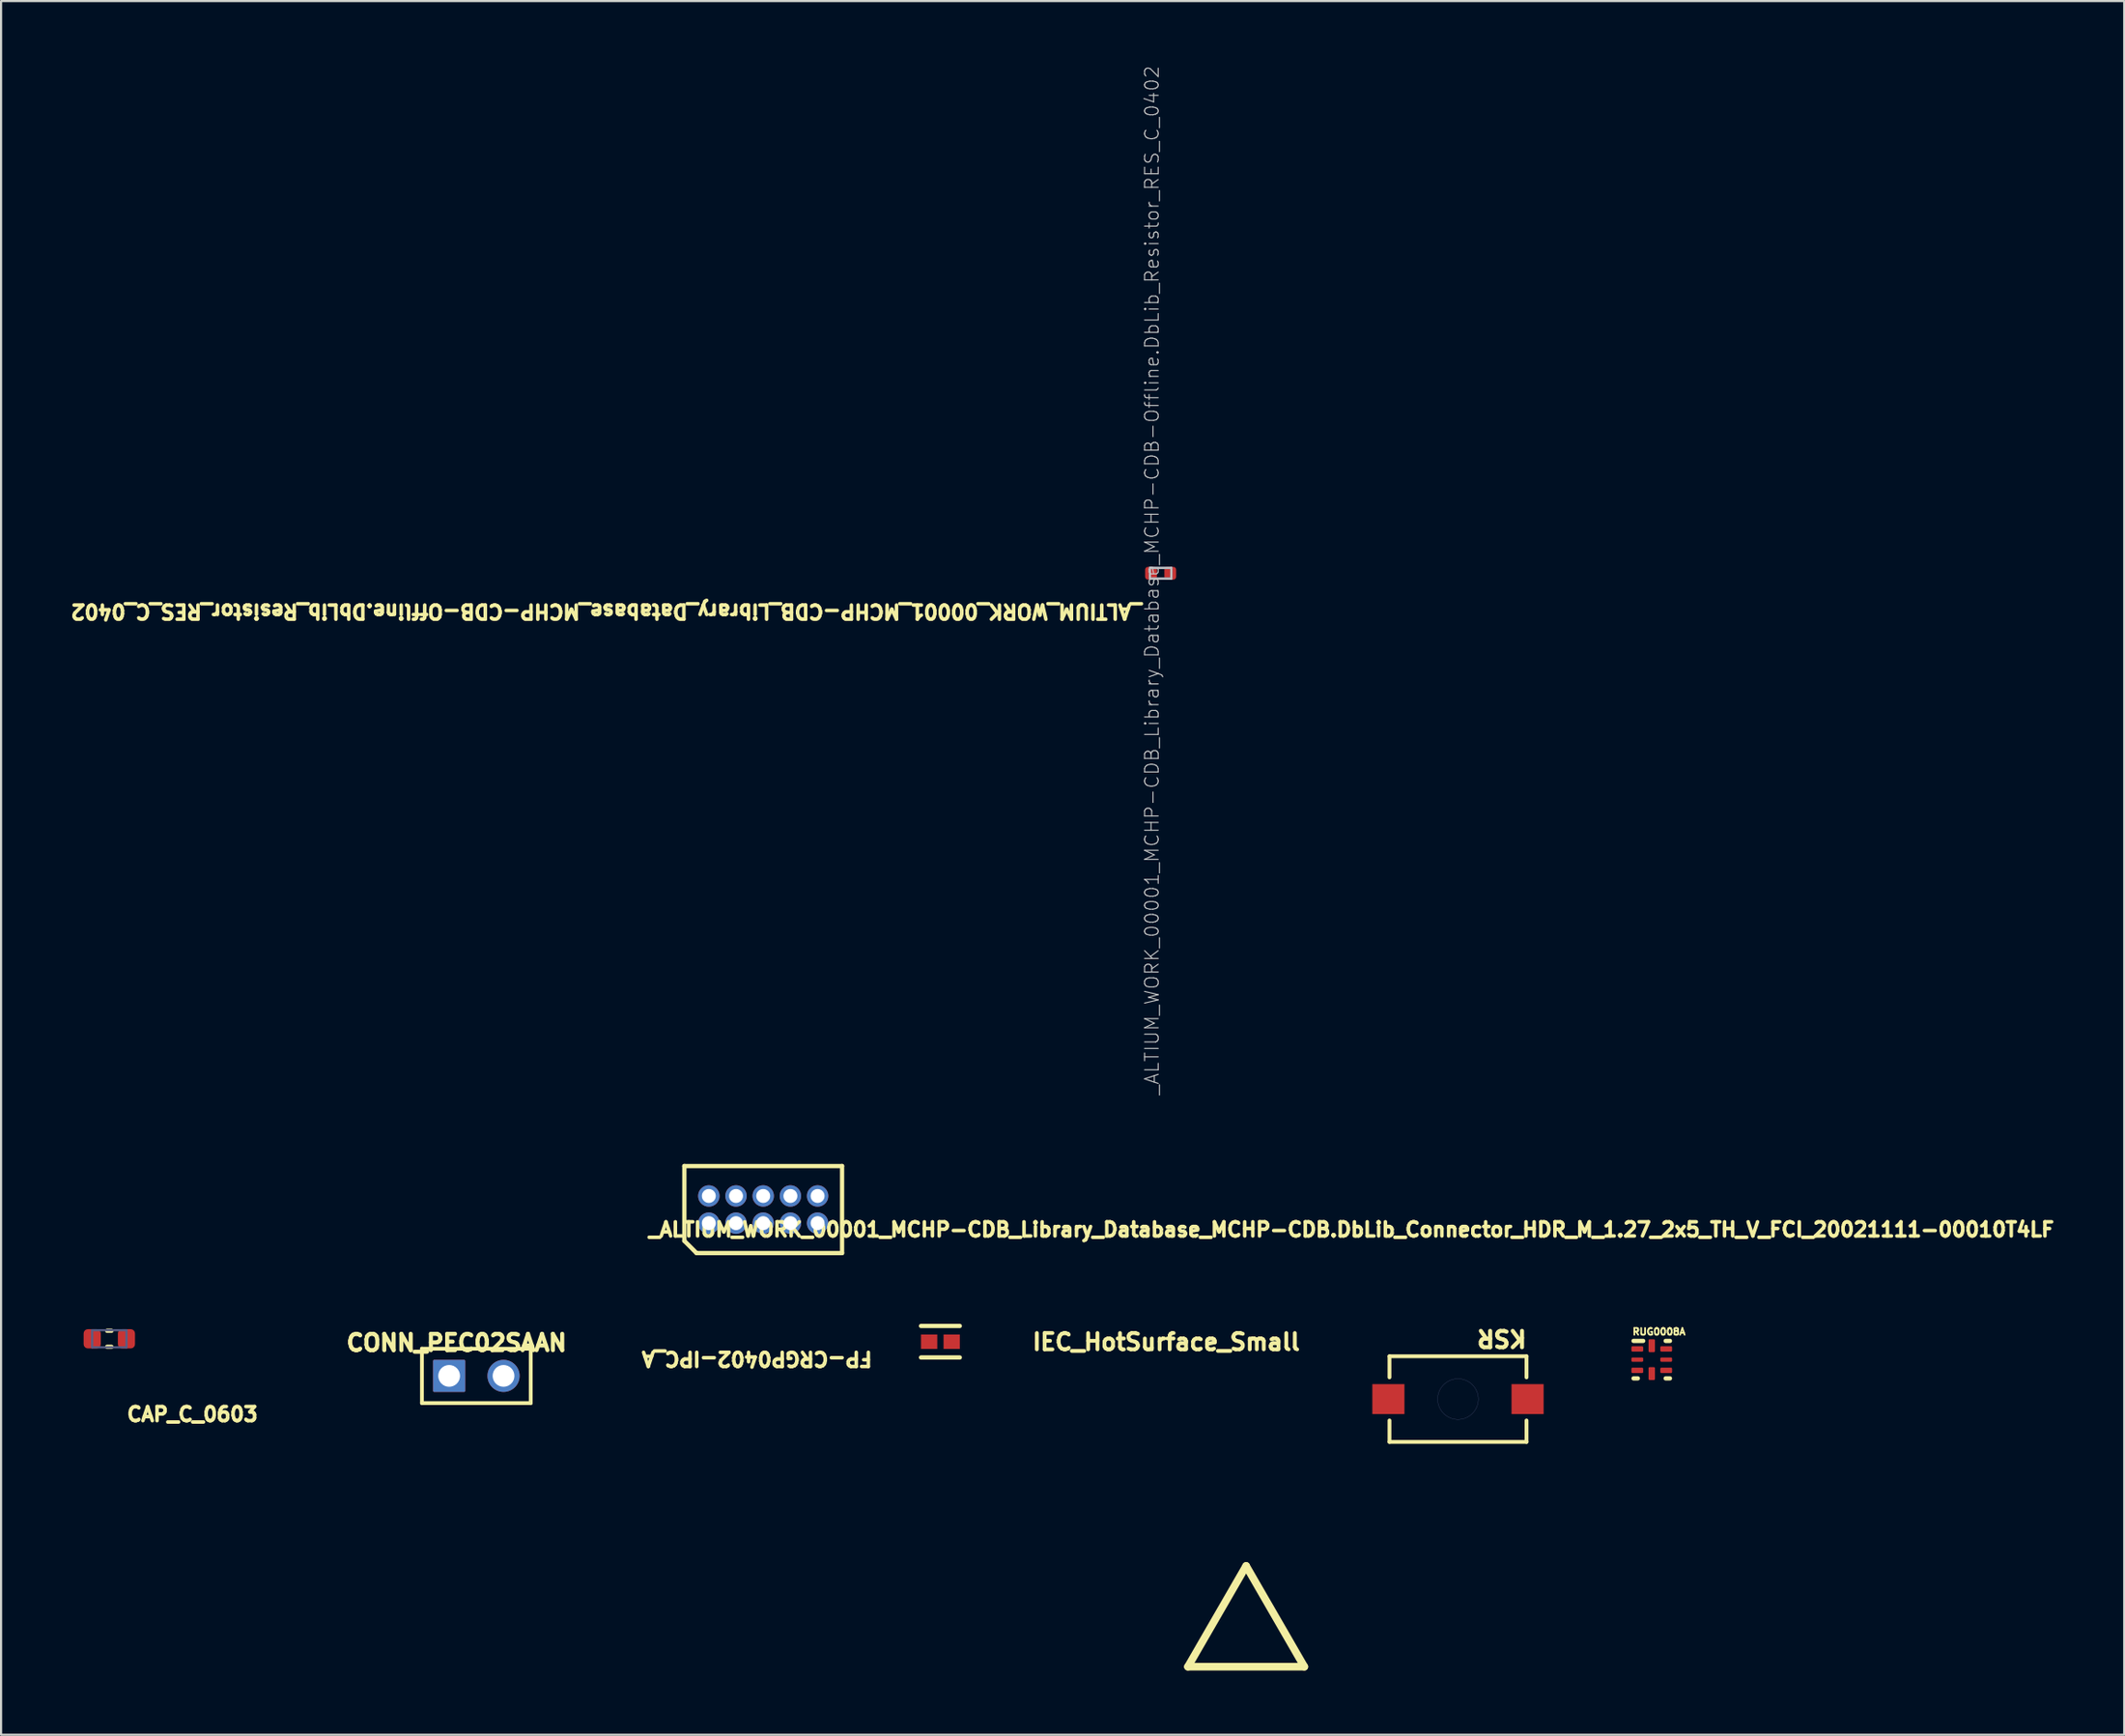
<source format=kicad_pcb>
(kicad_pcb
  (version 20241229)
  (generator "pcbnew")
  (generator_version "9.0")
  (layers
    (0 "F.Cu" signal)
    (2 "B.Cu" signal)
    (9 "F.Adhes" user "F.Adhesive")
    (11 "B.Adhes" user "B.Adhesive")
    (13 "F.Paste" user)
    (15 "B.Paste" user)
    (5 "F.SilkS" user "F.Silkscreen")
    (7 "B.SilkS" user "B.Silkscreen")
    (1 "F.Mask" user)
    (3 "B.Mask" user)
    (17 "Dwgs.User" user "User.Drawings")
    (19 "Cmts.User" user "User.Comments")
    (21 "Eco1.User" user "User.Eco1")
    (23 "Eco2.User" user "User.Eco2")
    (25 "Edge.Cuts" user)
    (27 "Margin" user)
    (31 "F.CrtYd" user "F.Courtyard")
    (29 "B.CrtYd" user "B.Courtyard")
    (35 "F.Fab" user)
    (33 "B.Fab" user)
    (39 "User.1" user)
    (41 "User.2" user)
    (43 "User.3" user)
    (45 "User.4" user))
  (footprint "CAP_C_0603"
    (layer "F.Cu")
    (at 2.055 59.474)
    (property "Reference" "CAP_C_0603" (at 0.737 3.912 0) (unlocked yes) (layer "F.SilkS") (effects (font (size 0.66 0.66) (thickness 0.254) (bold yes)) (justify left bottom)))
    (fp_line (start 0.1 -0.375) (end -0.1 -0.375) (stroke (width 0.2) (type solid)) (layer "F.SilkS"))
    (fp_line (start 0.1 0.375) (end -0.1 0.375) (stroke (width 0.2) (type solid)) (layer "F.SilkS"))
    (fp_line (start -1.4 -0.65) (end -1.4 0.65) (stroke (width 0.1) (type solid)) (layer "Eco1.User"))
    (fp_line (start -0.2 -0.21) (end -0.2 0.19) (stroke (width 0.1) (type solid)) (layer "Eco1.User"))
    (fp_line (start -0.1 -0.31) (end -0.2 -0.21) (stroke (width 0.1) (type solid)) (layer "Eco1.User"))
    (fp_line (start -0.1 0.29) (end -0.2 0.19) (stroke (width 0.1) (type solid)) (layer "Eco1.User"))
    (fp_line (start 0.1 -0.31) (end -0.1 -0.31) (stroke (width 0.1) (type solid)) (layer "Eco1.User"))
    (fp_line (start 0.1 0.29) (end -0.1 0.29) (stroke (width 0.1) (type solid)) (layer "Eco1.User"))
    (fp_line (start 0.2 -0.21) (end 0.1 -0.31) (stroke (width 0.1) (type solid)) (layer "Eco1.User"))
    (fp_line (start 0.2 0.19) (end 0.1 0.29) (stroke (width 0.1) (type solid)) (layer "Eco1.User"))
    (fp_line (start 1.4 -0.65) (end -1.4 -0.65) (stroke (width 0.1) (type solid)) (layer "Eco1.User"))
    (fp_line (start 1.4 -0.65) (end 1.4 0.65) (stroke (width 0.1) (type solid)) (layer "Eco1.User"))
    (fp_line (start 1.4 0.65) (end -1.4 0.65) (stroke (width 0.1) (type solid)) (layer "Eco1.User"))
    (fp_line (start -0.8 -0.4) (end -0.8 0.4) (stroke (width 0.1) (type solid)) (layer "Eco2.User"))
    (fp_line (start 0.8 -0.4) (end -0.8 -0.4) (stroke (width 0.1) (type solid)) (layer "Eco2.User"))
    (fp_line (start 0.8 -0.4) (end 0.8 0.4) (stroke (width 0.1) (type solid)) (layer "Eco2.User"))
    (fp_line (start 0.8 0.4) (end -0.8 0.4) (stroke (width 0.1) (type solid)) (layer "Eco2.User"))
    (fp_line (start -0.8 -0.4) (end -0.8 0.4) (stroke (width 0.1) (type solid)) (layer "B.Fab"))
    (fp_line (start 0.8 -0.4) (end -0.8 -0.4) (stroke (width 0.1) (type solid)) (layer "B.Fab"))
    (fp_line (start 0.8 -0.4) (end 0.8 0.4) (stroke (width 0.1) (type solid)) (layer "B.Fab"))
    (fp_line (start 0.8 0.4) (end -0.8 0.4) (stroke (width 0.1) (type solid)) (layer "B.Fab"))
    (fp_text user "${REFERENCE}" (at 0.889 0.406 0) (unlocked yes) (layer "Eco2.User") (effects (font (size 0.635 0.635) (thickness 0.06) (bold yes))))
    (pad "1" smd roundrect (at -0.8 0 90) (size 0.9 0.8) (layers "F.Cu" "F.Mask" "F.Paste") (roundrect_rratio 0.25))
    (pad "2" smd roundrect (at 0.8 0 90) (size 0.9 0.8) (layers "F.Cu" "F.Mask" "F.Paste") (roundrect_rratio 0.25)))
  (footprint "IEC_HotSurface_Small"
    (layer "F.Cu")
    (at 55.144 72.426)
    (property "Reference" "IEC_HotSurface_Small" (at -10.071 -12.357 0) (unlocked yes) (layer "F.SilkS") (effects (font (size 0.762 0.762) (thickness 0.178) (bold yes)) (justify left bottom)))
    (fp_line (start -2.718 2.362) (end 0 -2.345) (stroke (width 0.356) (type solid)) (layer "F.SilkS"))
    (fp_line (start -2.718 2.362) (end 2.718 2.362) (stroke (width 0.356) (type solid)) (layer "F.SilkS"))
    (fp_line (start 0 -2.345) (end 2.718 2.362) (stroke (width 0.356) (type solid)) (layer "F.SilkS")))
  (footprint "RUG0008A"
    (layer "F.Cu")
    (at 74.087 60.447)
    (property "Reference" "RUG0008A" (at -0.94 -1.118 0) (unlocked yes) (layer "F.SilkS") (effects (font (size 0.318 0.318) (thickness 0.178)) (justify left bottom)))
    (fp_line (start -0.85 -0.875) (end -0.4 -0.875) (stroke (width 0.2) (type solid)) (layer "F.SilkS"))
    (fp_line (start -0.85 0.875) (end -0.65 0.875) (stroke (width 0.2) (type solid)) (layer "F.SilkS"))
    (fp_line (start 0.65 -0.875) (end 0.85 -0.875) (stroke (width 0.2) (type solid)) (layer "F.SilkS"))
    (fp_line (start 0.65 0.875) (end 0.85 0.875) (stroke (width 0.2) (type solid)) (layer "F.SilkS"))
    (fp_line (start -0.775 -0.775) (end -0.775 0.775) (stroke (width 0.1) (type solid)) (layer "User.5"))
    (fp_line (start -0.775 -0.775) (end 0.775 -0.775) (stroke (width 0.1) (type solid)) (layer "User.5"))
    (fp_line (start -0.775 0.775) (end 0.775 0.775) (stroke (width 0.1) (type solid)) (layer "User.5"))
    (fp_line (start 0.775 -0.775) (end 0.775 0.775) (stroke (width 0.1) (type solid)) (layer "User.5"))
    (fp_circle (center -0.525 -0.475) (end -0.375 -0.475) (stroke (width 0.05) (type solid)) (fill no) (layer "User.5"))
    (fp_text user "${REFERENCE}" (at -0.635 0.254 0) (unlocked yes) (layer "User.5") (effects (font (size 0.356 0.356) (thickness 0.051))))
    (pad "1" smd roundrect (at -0.675 -0.5 270) (size 0.25 0.55) (layers "F.Cu" "F.Mask" "F.Paste") (roundrect_rratio 0.2))
    (pad "2" smd roundrect (at -0.675 0.000081 270) (size 0.2 0.55) (layers "F.Cu" "F.Mask" "F.Paste") (roundrect_rratio 0.25))
    (pad "3" smd roundrect (at -0.675 0.5 270) (size 0.25 0.55) (layers "F.Cu" "F.Mask" "F.Paste") (roundrect_rratio 0.2))
    (pad "4" smd roundrect (at 0 0.65 180) (size 0.3 0.6) (layers "F.Cu" "F.Mask" "F.Paste") (roundrect_rratio 0.165))
    (pad "5" smd roundrect (at 0.675 0.5 270) (size 0.25 0.55) (layers "F.Cu" "F.Mask" "F.Paste") (roundrect_rratio 0.2))
    (pad "6" smd roundrect (at 0.675 0.000081 270) (size 0.2 0.55) (layers "F.Cu" "F.Mask" "F.Paste") (roundrect_rratio 0.25))
    (pad "7" smd roundrect (at 0.675 -0.5 270) (size 0.25 0.55) (layers "F.Cu" "F.Mask" "F.Paste") (roundrect_rratio 0.2))
    (pad "8" smd roundrect (at 0 -0.65 180) (size 0.3 0.6) (layers "F.Cu" "F.Mask" "F.Paste") (roundrect_rratio 0.165)))
  (footprint "_ALTIUM_WORK_00001_MCHP-CDB_Library_Database_MCHP-CDB.DbLib_Connector_HDR_M_1.27_2x5_TH_V_FCI_20021111-00010T4LF"
    (layer "F.Cu")
    (at 32.592 53.438)
    (property "Reference" "_ALTIUM_WORK_00001_MCHP-CDB_Library_Database_MCHP-CDB.DbLib_Connector_HDR_M_1.27_2x5_TH_V_FCI_20021111-00010T4LF" (at -5.436 1.321 0) (unlocked yes) (layer "F.SilkS") (effects (font (size 0.66 0.66) (thickness 0.254) (bold yes)) (justify left bottom)))
    (fp_line (start -3.683 -2.032) (end -3.683 1.462) (stroke (width 0.2) (type solid)) (layer "F.SilkS"))
    (fp_line (start -3.683 -2.032) (end 3.683 -2.032) (stroke (width 0.2) (type solid)) (layer "F.SilkS"))
    (fp_line (start -3.683 1.462) (end -3.113 2.032) (stroke (width 0.2) (type solid)) (layer "F.SilkS"))
    (fp_line (start -3.113 2.032) (end 3.683 2.032) (stroke (width 0.2) (type solid)) (layer "F.SilkS"))
    (fp_line (start 3.683 -2.032) (end 3.683 2.032) (stroke (width 0.2) (type solid)) (layer "F.SilkS"))
    (fp_line (start -3.937 -2.286) (end -3.937 2.286) (stroke (width 0.1) (type solid)) (layer "Eco1.User"))
    (fp_line (start -3.937 -2.286) (end 3.937 -2.286) (stroke (width 0.1) (type solid)) (layer "Eco1.User"))
    (fp_line (start -3.937 2.286) (end 3.937 2.286) (stroke (width 0.1) (type solid)) (layer "Eco1.User"))
    (fp_line (start -0.635 0) (end 0.635 0) (stroke (width 0.1) (type solid)) (layer "Eco1.User"))
    (fp_line (start 0 -0.635) (end 0 0.635) (stroke (width 0.1) (type solid)) (layer "Eco1.User"))
    (fp_line (start 3.937 -2.286) (end 3.937 2.286) (stroke (width 0.1) (type solid)) (layer "Eco1.User"))
    (fp_line (start -3.425 -1.72) (end -3.425 1.147) (stroke (width 0.1) (type solid)) (layer "Eco2.User"))
    (fp_line (start -3.425 -1.72) (end 3.425 -1.72) (stroke (width 0.1) (type solid)) (layer "Eco2.User"))
    (fp_line (start -3.425 1.147) (end -2.852 1.72) (stroke (width 0.1) (type solid)) (layer "Eco2.User"))
    (fp_line (start -2.852 1.72) (end 3.425 1.72) (stroke (width 0.1) (type solid)) (layer "Eco2.User"))
    (fp_line (start 3.425 -1.72) (end 3.425 1.72) (stroke (width 0.1) (type solid)) (layer "Eco2.User"))
    (fp_text user "${REFERENCE}" (at -0.864 0.457 0) (unlocked yes) (layer "Eco2.User") (effects (font (size 0.635 0.635) (thickness 0.2) (bold yes))))
    (pad "1" thru_hole circle (at -2.54 0.635) (size 1 1) (drill 0.65) (layers "*.Cu" "*.Mask"))
    (pad "2" thru_hole circle (at -2.54 -0.635) (size 1 1) (drill 0.65) (layers "*.Cu" "*.Mask"))
    (pad "3" thru_hole circle (at -1.27 0.635) (size 1 1) (drill 0.65) (layers "*.Cu" "*.Mask"))
    (pad "4" thru_hole circle (at -1.27 -0.635) (size 1 1) (drill 0.65) (layers "*.Cu" "*.Mask"))
    (pad "5" thru_hole circle (at 0 0.635) (size 1 1) (drill 0.65) (layers "*.Cu" "*.Mask"))
    (pad "6" thru_hole circle (at 0 -0.635) (size 1 1) (drill 0.65) (layers "*.Cu" "*.Mask"))
    (pad "7" thru_hole circle (at 1.27 0.635) (size 1 1) (drill 0.65) (layers "*.Cu" "*.Mask"))
    (pad "8" thru_hole circle (at 1.27 -0.635) (size 1 1) (drill 0.65) (layers "*.Cu" "*.Mask"))
    (pad "9" thru_hole circle (at 2.54 0.635) (size 1 1) (drill 0.65) (layers "*.Cu" "*.Mask"))
    (pad "10" thru_hole circle (at 2.54 -0.635) (size 1 1) (drill 0.65) (layers "*.Cu" "*.Mask")))
  (footprint "KSR"
    (layer "F.Cu")
    (at 65.039 62.29)
    (property "Reference" "KSR" (at 3.296 -3.289 180) (unlocked yes) (layer "F.SilkS") (effects (font (size 0.762 0.762) (thickness 0.254) (bold yes)) (justify left bottom)))
    (fp_line (start -3.2 -2) (end -3.2 -1.016) (stroke (width 0.178) (type solid)) (layer "F.SilkS"))
    (fp_line (start -3.2 0.998) (end -3.2 2) (stroke (width 0.178) (type solid)) (layer "F.SilkS"))
    (fp_line (start 3.2 -2) (end -3.2 -2) (stroke (width 0.178) (type solid)) (layer "F.SilkS"))
    (fp_line (start 3.2 -2) (end 3.2 -1.016) (stroke (width 0.178) (type solid)) (layer "F.SilkS"))
    (fp_line (start 3.2 0.998) (end 3.2 2) (stroke (width 0.178) (type solid)) (layer "F.SilkS"))
    (fp_line (start 3.2 2) (end -3.2 2) (stroke (width 0.178) (type solid)) (layer "F.SilkS"))
    (fp_line (start -3 -1.9) (end -3 0) (stroke (width 0.001) (type solid)) (layer "B.Fab"))
    (fp_line (start -3 0) (end -3 1.9) (stroke (width 0.001) (type solid)) (layer "B.Fab"))
    (fp_line (start 0 -1.9) (end -3 -1.9) (stroke (width 0.001) (type solid)) (layer "B.Fab"))
    (fp_line (start 0 1.9) (end -3 1.9) (stroke (width 0.001) (type solid)) (layer "B.Fab"))
    (fp_line (start 3 -1.9) (end 3 0) (stroke (width 0.001) (type solid)) (layer "B.Fab"))
    (fp_line (start 3 0) (end 3 1.9) (stroke (width 0.001) (type solid)) (layer "B.Fab"))
    (fp_line (start 3 -1.9) (end 0 -1.9) (stroke (width 0.001) (type solid)) (layer "B.Fab"))
    (fp_line (start 3 1.9) (end 0 1.9) (stroke (width 0.001) (type solid)) (layer "B.Fab"))
    (fp_circle (center 0 0) (end 0 0.95) (stroke (width 0.01) (type solid)) (fill no) (layer "B.Fab"))
    (fp_line (start -3 -1.9) (end -3 0) (stroke (width 0.127) (type solid)) (layer "User.5"))
    (fp_line (start -3 0) (end -3 1.9) (stroke (width 0.127) (type solid)) (layer "User.5"))
    (fp_line (start 0 -1.9) (end -3 -1.9) (stroke (width 0.127) (type solid)) (layer "User.5"))
    (fp_line (start 0 1.9) (end -3 1.9) (stroke (width 0.127) (type solid)) (layer "User.5"))
    (fp_line (start 3 -1.9) (end 3 0) (stroke (width 0.127) (type solid)) (layer "User.5"))
    (fp_line (start 3 0) (end 3 1.9) (stroke (width 0.127) (type solid)) (layer "User.5"))
    (fp_line (start 3 -1.9) (end 0 -1.9) (stroke (width 0.127) (type solid)) (layer "User.5"))
    (fp_line (start 3 1.9) (end 0 1.9) (stroke (width 0.127) (type solid)) (layer "User.5"))
    (fp_text user "${REFERENCE}" (at 0.756 -0.622 180) (unlocked yes) (layer "User.5") (effects (font (size 1.016 1.016) (thickness 0.127))))
    (pad "1" smd rect (at -3.25 0) (size 1.5 1.4) (layers "F.Cu" "F.Mask" "F.Paste"))
    (pad "2" smd rect (at 3.25 0) (size 1.5 1.4) (layers "F.Cu" "F.Mask" "F.Paste")))
  (footprint "FP-CRGP0402-IPC_A"
    (layer "F.Cu")
    (at 40.867 59.61)
    (property "Reference" "FP-CRGP0402-IPC_A" (at -3.099 0.406 180) (unlocked yes) (layer "F.SilkS") (effects (font (size 0.66 0.66) (thickness 0.2) (bold yes)) (justify left bottom)))
    (fp_line (start 0.906 -0.736) (end -0.906 -0.736) (stroke (width 0.2) (type solid)) (layer "F.SilkS"))
    (fp_line (start 0.906 0.736) (end -0.906 0.736) (stroke (width 0.2) (type solid)) (layer "F.SilkS"))
    (fp_line (start -1.106 -0.536) (end -1.106 0.536) (stroke (width 0.2) (type solid)) (layer "Eco1.User"))
    (fp_line (start -1.106 -0.536) (end -1.106 0.536) (stroke (width 0.2) (type solid)) (layer "Eco1.User"))
    (fp_line (start -0.55 -0.25) (end -0.55 0.25) (stroke (width 0.2) (type solid)) (layer "Eco1.User"))
    (fp_line (start 0 -0.5) (end 0 0.5) (stroke (width 0.1) (type solid)) (layer "Eco1.User"))
    (fp_line (start 0.5 0) (end -0.5 0) (stroke (width 0.1) (type solid)) (layer "Eco1.User"))
    (fp_line (start 0.55 -0.25) (end -0.55 -0.25) (stroke (width 0.2) (type solid)) (layer "Eco1.User"))
    (fp_line (start 0.55 -0.25) (end 0.55 0.25) (stroke (width 0.2) (type solid)) (layer "Eco1.User"))
    (fp_line (start 0.55 0.25) (end -0.55 0.25) (stroke (width 0.2) (type solid)) (layer "Eco1.User"))
    (fp_line (start 1.106 -0.536) (end -1.106 -0.536) (stroke (width 0.2) (type solid)) (layer "Eco1.User"))
    (fp_line (start 1.106 -0.536) (end -1.106 -0.536) (stroke (width 0.2) (type solid)) (layer "Eco1.User"))
    (fp_line (start 1.106 -0.536) (end 1.106 0.536) (stroke (width 0.2) (type solid)) (layer "Eco1.User"))
    (fp_line (start 1.106 -0.536) (end 1.106 0.536) (stroke (width 0.2) (type solid)) (layer "Eco1.User"))
    (fp_line (start 1.106 0.536) (end -1.106 0.536) (stroke (width 0.2) (type solid)) (layer "Eco1.User"))
    (fp_line (start 1.106 0.536) (end -1.106 0.536) (stroke (width 0.2) (type solid)) (layer "Eco1.User"))
    (fp_text user "${REFERENCE}" (at -0.000013 -0.011 180) (unlocked yes) (layer "Eco1.User") (effects (font (size 0.5 0.5) (thickness 0.1)) (justify left bottom)))
    (pad "1" smd rect (at -0.526 0 180) (size 0.76 0.672) (layers "F.Cu" "F.Mask" "F.Paste"))
    (pad "2" smd rect (at 0.526 0 180) (size 0.76 0.672) (layers "F.Cu" "F.Mask" "F.Paste")))
  (footprint "_ALTIUM_WORK_00001_MCHP-CDB_Library_Database_MCHP-CDB-Offline.DbLib_Resistor_RES_C_0402"
    (layer "F.Cu")
    (at 51.152 23.721)
    (property "Reference" "_ALTIUM_WORK_00001_MCHP-CDB_Library_Database_MCHP-CDB-Offline.DbLib_Resistor_RES_C_0402" (at -0.787 1.397 180) (unlocked yes) (layer "F.SilkS") (effects (font (size 0.66 0.66) (thickness 0.254) (bold yes)) (justify left bottom)))
    (fp_line (start -0.5 0.25) (end -0.5 -0.25) (stroke (width 0.1) (type solid)) (layer "Dwgs.User"))
    (fp_line (start 0.5 -0.25) (end -0.5 -0.25) (stroke (width 0.1) (type solid)) (layer "Dwgs.User"))
    (fp_line (start 0.5 0.25) (end -0.5 0.25) (stroke (width 0.1) (type solid)) (layer "Dwgs.User"))
    (fp_line (start 0.5 0.25) (end 0.5 -0.25) (stroke (width 0.1) (type solid)) (layer "Dwgs.User"))
    (fp_line (start -0.95 0.5) (end -0.95 -0.5) (stroke (width 0.1) (type solid)) (layer "Eco1.User"))
    (fp_line (start 0 0.25) (end 0 -0.25) (stroke (width 0.1) (type solid)) (layer "Eco1.User"))
    (fp_line (start 0.25 0) (end -0.25 0) (stroke (width 0.1) (type solid)) (layer "Eco1.User"))
    (fp_line (start 0.95 -0.5) (end -0.95 -0.5) (stroke (width 0.1) (type solid)) (layer "Eco1.User"))
    (fp_line (start 0.95 0.5) (end -0.95 0.5) (stroke (width 0.1) (type solid)) (layer "Eco1.User"))
    (fp_line (start 0.95 0.5) (end 0.95 -0.5) (stroke (width 0.1) (type solid)) (layer "Eco1.User"))
    (fp_line (start -0.5 0.25) (end -0.5 -0.25) (stroke (width 0.1) (type solid)) (layer "B.Fab"))
    (fp_line (start 0.5 -0.25) (end -0.5 -0.25) (stroke (width 0.1) (type solid)) (layer "B.Fab"))
    (fp_line (start 0.5 0.25) (end -0.5 0.25) (stroke (width 0.1) (type solid)) (layer "B.Fab"))
    (fp_line (start 0.5 0.25) (end 0.5 -0.25) (stroke (width 0.1) (type solid)) (layer "B.Fab"))
    (fp_text user "${REFERENCE}" (at -0.406 0.33 90) (unlocked yes) (layer "Dwgs.User") (effects (font (size 0.635 0.635) (thickness 0.05) (bold yes))))
    (pad "1" smd roundrect (at -0.45 0 180) (size 0.55 0.6) (layers "F.Cu" "F.Mask" "F.Paste") (roundrect_rratio 0.25))
    (pad "2" smd roundrect (at 0.45 0 180) (size 0.55 0.6) (layers "F.Cu" "F.Mask" "F.Paste") (roundrect_rratio 0.25)))
  (footprint "CONN_PEC02SAAN"
    (layer "F.Cu")
    (at 19.195 61.206)
    (property "Reference" "CONN_PEC02SAAN" (at -6.166 -1.099 0) (unlocked yes) (layer "F.SilkS") (effects (font (size 0.762 0.762) (thickness 0.254) (bold yes)) (justify left bottom)))
    (fp_line (start -2.54 -1.27) (end 2.54 -1.27) (stroke (width 0.178) (type solid)) (layer "F.SilkS"))
    (fp_line (start -2.54 1.27) (end -2.54 -1.27) (stroke (width 0.178) (type solid)) (layer "F.SilkS"))
    (fp_line (start -2.54 1.27) (end 2.54 1.27) (stroke (width 0.178) (type solid)) (layer "F.SilkS"))
    (fp_line (start 2.54 1.27) (end 2.54 -1.27) (stroke (width 0.178) (type solid)) (layer "F.SilkS"))
    (fp_line (start -2.54 -1.27) (end 2.54 -1.27) (stroke (width 0.127) (type solid)) (layer "User.5"))
    (fp_line (start -2.54 1.27) (end -2.54 -1.27) (stroke (width 0.127) (type solid)) (layer "User.5"))
    (fp_line (start -2.54 1.27) (end 2.54 1.27) (stroke (width 0.127) (type solid)) (layer "User.5"))
    (fp_line (start 2.54 1.27) (end 2.54 -1.27) (stroke (width 0.127) (type solid)) (layer "User.5"))
    (fp_text user "${REFERENCE}" (at -1.778 0.381 0) (unlocked yes) (layer "User.5") (effects (font (size 0.762 0.762) (thickness 0.102))))
    (pad "1" thru_hole roundrect (at -1.27 0) (size 1.5 1.5) (drill 1.016) (layers "*.Cu" "*.Mask") (roundrect_rratio 0.035))
    (pad "2" thru_hole circle (at 1.27 0) (size 1.5 1.5) (drill 1.016) (layers "*.Cu" "*.Mask")))
  (gr_rect
    (start -3 -3)
    (end 96.15 77.966)
    (stroke (width 0.1) (type default))
    (fill no)
    (layer "Edge.Cuts")))
</source>
